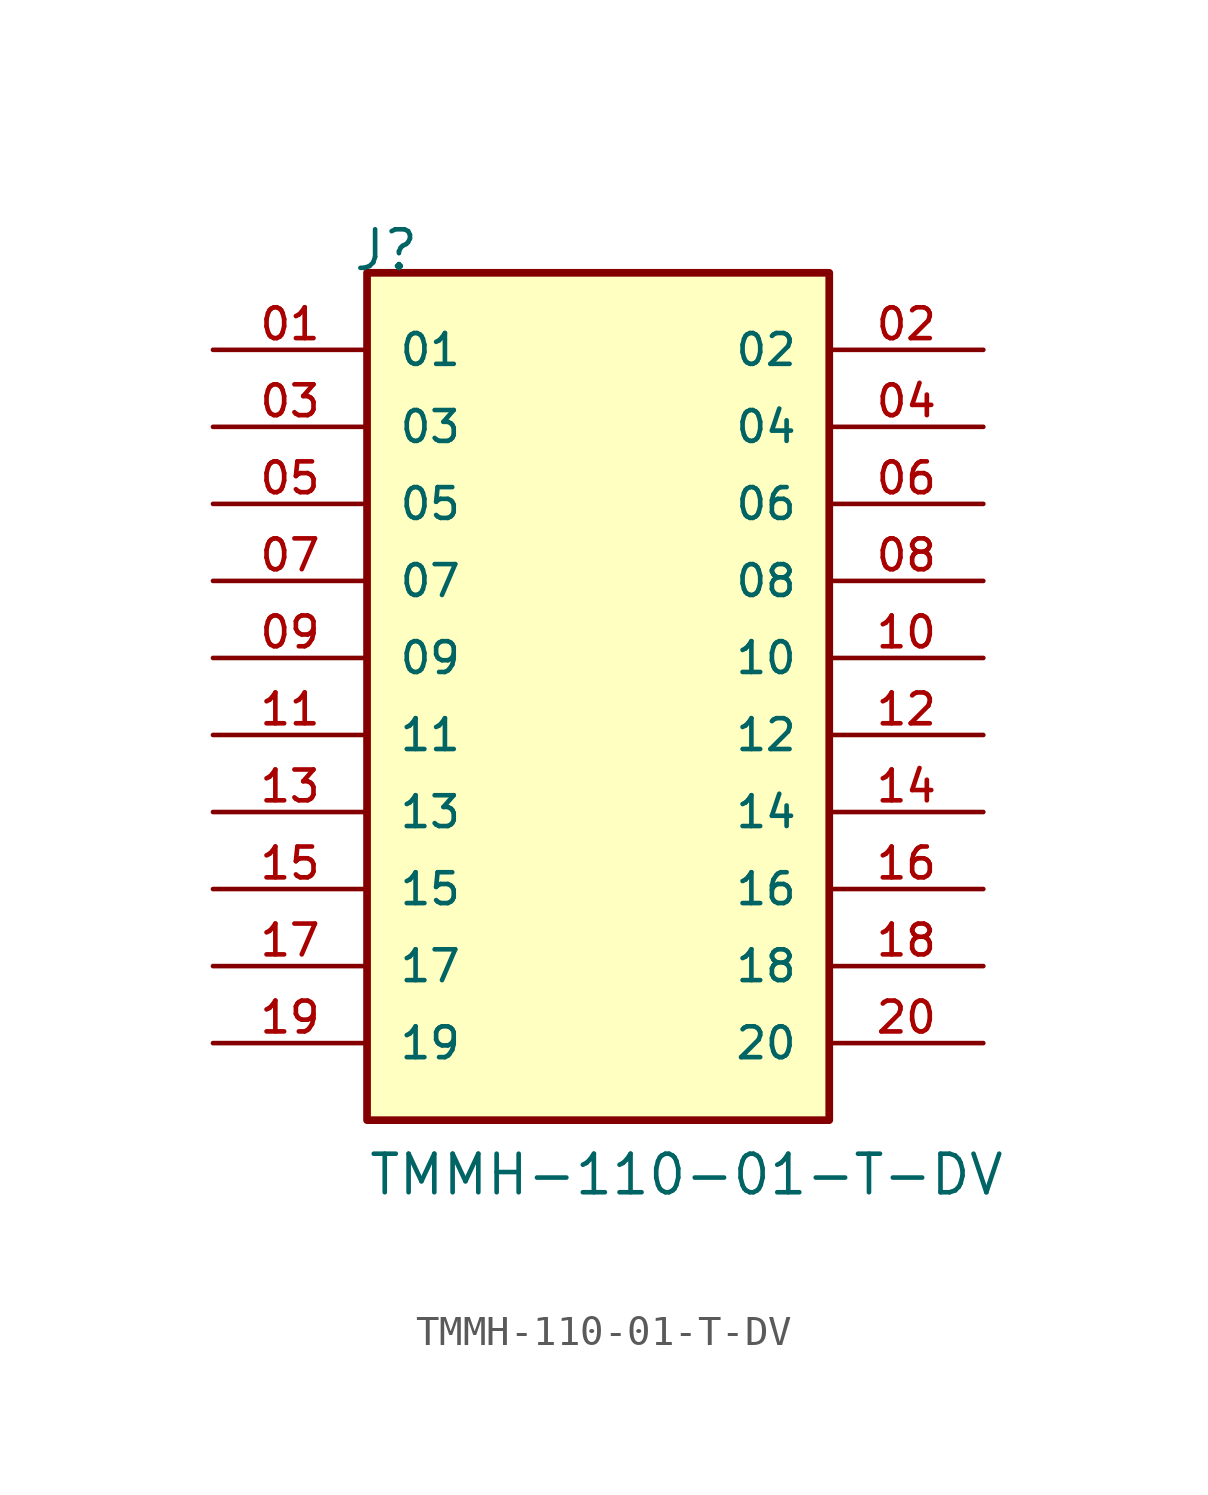
<source format=kicad_sym>
(kicad_symbol_lib
  (version 20211014)
  (generator kicad_symbol_editor)
  (symbol "TMMH-110-01-T-DV"
    (pin_names
      (offset 1.016))
    (property "Reference" "J"
      (at -8.12 15.24 0)
      (effects (font (size 1.27 1.27)) (justify bottom left)))
    (property "Value" "TMMH-110-01-T-DV"
      (at -7.62 -15.24 0)
      (effects (font (size 1.27 1.27)) (justify bottom left)))
    (symbol "TMMH-110-01-T-DV_0_0"
      (rectangle (start -7.62 -12.7) (end 7.62 15.24) (stroke (width 0.254)) (fill (type background)))
      (pin passive line (at -12.7 12.7 0) (length 5.08) (name "01" (effects (font (size 1.016 1.016)))) (number "01" (effects (font (size 1.016 1.016)))))
      (pin passive line (at 12.7 12.7 180.0) (length 5.08) (name "02" (effects (font (size 1.016 1.016)))) (number "02" (effects (font (size 1.016 1.016)))))
      (pin passive line (at -12.7 10.16 0) (length 5.08) (name "03" (effects (font (size 1.016 1.016)))) (number "03" (effects (font (size 1.016 1.016)))))
      (pin passive line (at 12.7 10.16 180.0) (length 5.08) (name "04" (effects (font (size 1.016 1.016)))) (number "04" (effects (font (size 1.016 1.016)))))
      (pin passive line (at -12.7 7.62 0) (length 5.08) (name "05" (effects (font (size 1.016 1.016)))) (number "05" (effects (font (size 1.016 1.016)))))
      (pin passive line (at 12.7 7.62 180.0) (length 5.08) (name "06" (effects (font (size 1.016 1.016)))) (number "06" (effects (font (size 1.016 1.016)))))
      (pin passive line (at -12.7 5.08 0) (length 5.08) (name "07" (effects (font (size 1.016 1.016)))) (number "07" (effects (font (size 1.016 1.016)))))
      (pin passive line (at 12.7 5.08 180.0) (length 5.08) (name "08" (effects (font (size 1.016 1.016)))) (number "08" (effects (font (size 1.016 1.016)))))
      (pin passive line (at -12.7 2.54 0) (length 5.08) (name "09" (effects (font (size 1.016 1.016)))) (number "09" (effects (font (size 1.016 1.016)))))
      (pin passive line (at 12.7 2.54 180.0) (length 5.08) (name "10" (effects (font (size 1.016 1.016)))) (number "10" (effects (font (size 1.016 1.016)))))
      (pin passive line (at -12.7 0.0 0) (length 5.08) (name "11" (effects (font (size 1.016 1.016)))) (number "11" (effects (font (size 1.016 1.016)))))
      (pin passive line (at 12.7 0.0 180.0) (length 5.08) (name "12" (effects (font (size 1.016 1.016)))) (number "12" (effects (font (size 1.016 1.016)))))
      (pin passive line (at -12.7 -2.54 0) (length 5.08) (name "13" (effects (font (size 1.016 1.016)))) (number "13" (effects (font (size 1.016 1.016)))))
      (pin passive line (at 12.7 -2.54 180.0) (length 5.08) (name "14" (effects (font (size 1.016 1.016)))) (number "14" (effects (font (size 1.016 1.016)))))
      (pin passive line (at -12.7 -5.08 0) (length 5.08) (name "15" (effects (font (size 1.016 1.016)))) (number "15" (effects (font (size 1.016 1.016)))))
      (pin passive line (at 12.7 -5.08 180.0) (length 5.08) (name "16" (effects (font (size 1.016 1.016)))) (number "16" (effects (font (size 1.016 1.016)))))
      (pin passive line (at -12.7 -7.62 0) (length 5.08) (name "17" (effects (font (size 1.016 1.016)))) (number "17" (effects (font (size 1.016 1.016)))))
      (pin passive line (at 12.7 -7.62 180.0) (length 5.08) (name "18" (effects (font (size 1.016 1.016)))) (number "18" (effects (font (size 1.016 1.016)))))
      (pin passive line (at -12.7 -10.16 0) (length 5.08) (name "19" (effects (font (size 1.016 1.016)))) (number "19" (effects (font (size 1.016 1.016)))))
      (pin passive line (at 12.7 -10.16 180.0) (length 5.08) (name "20" (effects (font (size 1.016 1.016)))) (number "20" (effects (font (size 1.016 1.016))))))))
</source>
